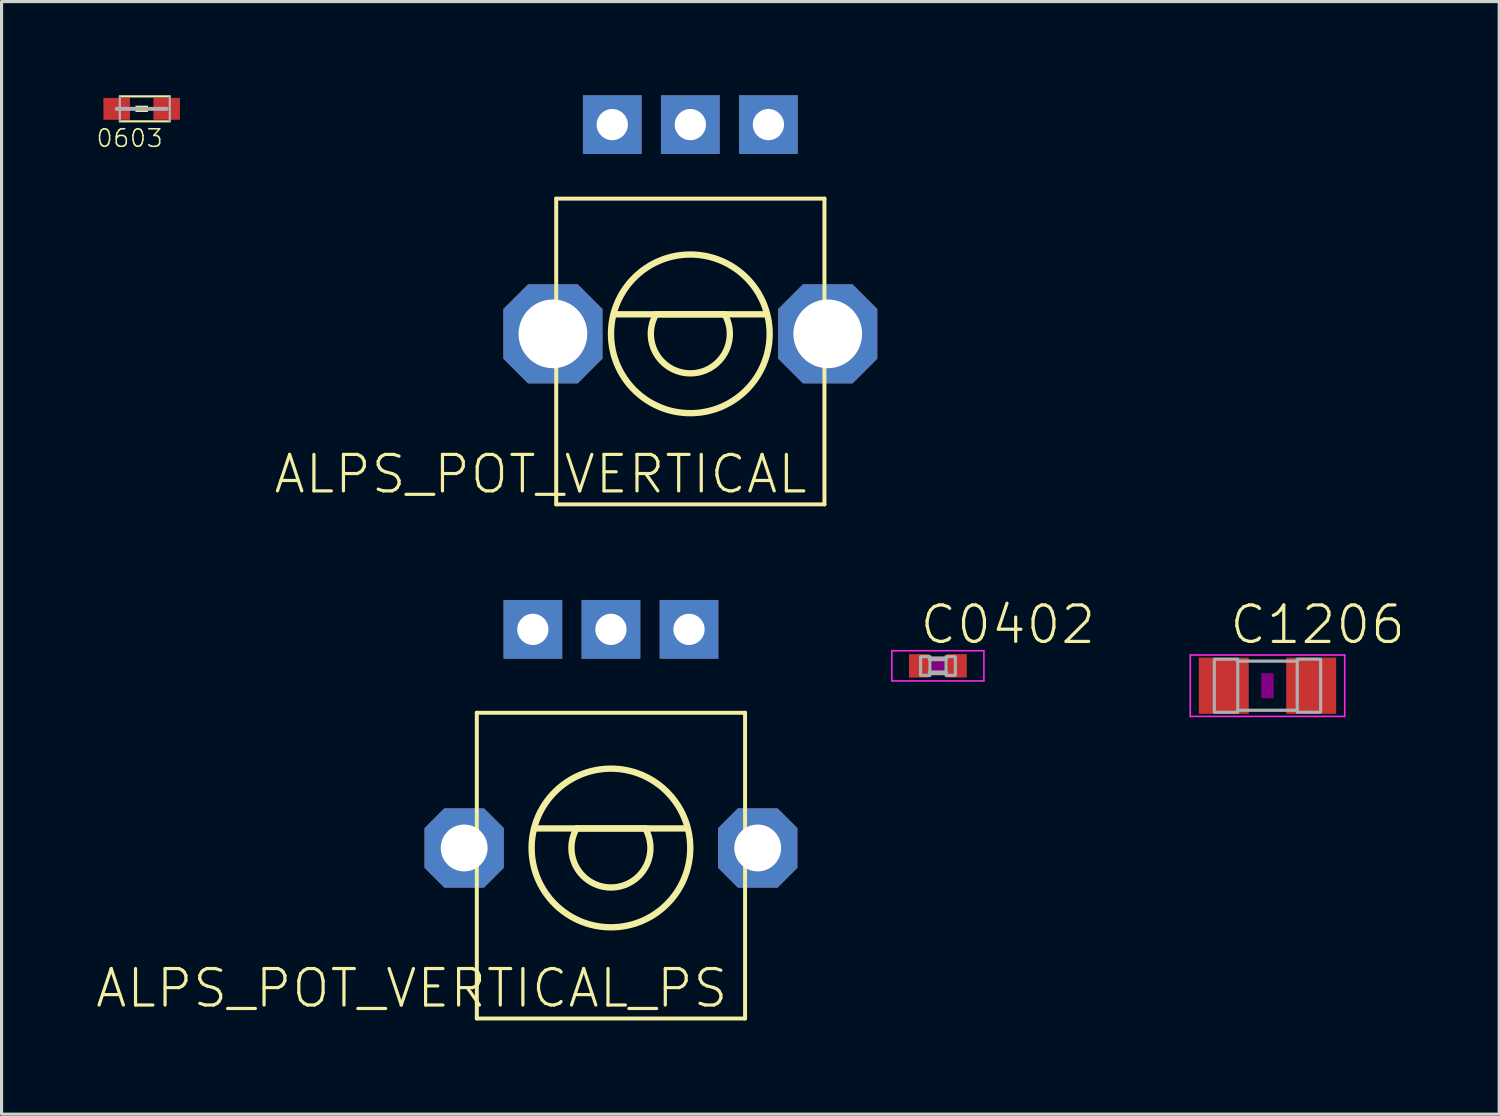
<source format=kicad_pcb>
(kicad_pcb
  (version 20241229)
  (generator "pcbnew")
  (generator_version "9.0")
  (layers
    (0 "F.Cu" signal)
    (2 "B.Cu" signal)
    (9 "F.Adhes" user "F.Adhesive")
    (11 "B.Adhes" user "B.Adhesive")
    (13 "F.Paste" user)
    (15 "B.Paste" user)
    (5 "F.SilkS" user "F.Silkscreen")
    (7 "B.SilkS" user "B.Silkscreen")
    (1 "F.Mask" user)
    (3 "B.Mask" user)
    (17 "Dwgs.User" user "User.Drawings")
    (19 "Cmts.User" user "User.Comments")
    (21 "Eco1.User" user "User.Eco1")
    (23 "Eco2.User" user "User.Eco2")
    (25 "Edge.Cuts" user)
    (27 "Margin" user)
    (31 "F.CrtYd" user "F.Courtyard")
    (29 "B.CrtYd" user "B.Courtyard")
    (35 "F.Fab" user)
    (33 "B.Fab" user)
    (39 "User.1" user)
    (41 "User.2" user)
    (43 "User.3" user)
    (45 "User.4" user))
  (footprint "ALPS_POT_VERTICAL"
    (layer "F.Cu")
    (at 19.055 7.64)
    (property "Reference" "ALPS_POT_VERTICAL" (at 3.81 3.81 0) (layer "F.SilkS") (effects (font (size 1.168 1.168) (thickness 0.102)) (justify right top)))
    (fp_line (start -4.295 -4.33) (end 4.295 -4.33) (stroke (width 0.127) (type solid)) (layer "F.SilkS"))
    (fp_line (start -4.295 5.46) (end -4.295 -4.33) (stroke (width 0.127) (type solid)) (layer "F.SilkS"))
    (fp_line (start -2.45 -0.625) (end 2.425 -0.625) (stroke (width 0.203) (type solid)) (layer "F.SilkS"))
    (fp_line (start -1.1 -0.625) (end 1.1 -0.625) (stroke (width 0.203) (type solid)) (layer "F.SilkS"))
    (fp_line (start 4.295 -4.33) (end 4.295 5.46) (stroke (width 0.127) (type solid)) (layer "F.SilkS"))
    (fp_line (start 4.295 5.46) (end -4.295 5.46) (stroke (width 0.127) (type solid)) (layer "F.SilkS"))
    (fp_arc (start 1.1 -0.625) (mid 0 1.265158) (end -1.1 -0.625) (stroke (width 0.2032) (type solid)) (layer "F.SilkS"))
    (fp_circle (center 0 0) (end 2.54 0) (stroke (width 0.203) (type solid)) (fill no) (layer "F.SilkS"))
    (pad "P$1" thru_hole rect (at -2.5 -6.7 270) (size 1.88 1.88) (drill 1) (layers "*.Cu" "*.Mask"))
    (pad "P$2" thru_hole rect (at 0 -6.7 270) (size 1.88 1.88) (drill 1) (layers "*.Cu" "*.Mask"))
    (pad "P$3" thru_hole rect (at 2.5 -6.7 270) (size 1.88 1.88) (drill 1) (layers "*.Cu" "*.Mask"))
    (pad "P$4" thru_hole roundrect (at -4.4 0 270) (size 3.175 3.175) (drill 2.2) (layers "*.Cu" "*.Mask") (roundrect_rratio 0.25) (chamfer_ratio 0.25) (chamfer top_left top_right bottom_left bottom_right))
    (pad "P$5" thru_hole roundrect (at 4.4 0 270) (size 3.175 3.175) (drill 2.2) (layers "*.Cu" "*.Mask") (roundrect_rratio 0.25) (chamfer_ratio 0.25) (chamfer top_left top_right bottom_left bottom_right)))
  (footprint "C1206"
    (layer "F.Cu")
    (at 37.536 18.907)
    (property "Reference" "C1206" (at -1.27 -1.27 0) (layer "F.SilkS") (effects (font (size 1.168 1.168) (thickness 0.102)) (justify left bottom)))
    (fp_poly (pts (xy -0.2 0.4) (xy 0.2 0.4) (xy 0.2 -0.4) (xy -0.2 -0.4)) (stroke (width 0) (type solid)) (fill yes) (layer "F.Adhes"))
    (fp_line (start -2.473 -0.983) (end 2.473 -0.983) (stroke (width 0.051) (type solid)) (layer "F.CrtYd"))
    (fp_line (start -2.473 0.983) (end -2.473 -0.983) (stroke (width 0.051) (type solid)) (layer "F.CrtYd"))
    (fp_line (start 2.473 -0.983) (end 2.473 0.983) (stroke (width 0.051) (type solid)) (layer "F.CrtYd"))
    (fp_line (start 2.473 0.983) (end -2.473 0.983) (stroke (width 0.051) (type solid)) (layer "F.CrtYd"))
    (fp_line (start -0.965 -0.787) (end 0.965 -0.787) (stroke (width 0.102) (type solid)) (layer "F.Fab"))
    (fp_line (start -0.965 0.787) (end 0.965 0.787) (stroke (width 0.102) (type solid)) (layer "F.Fab"))
    (fp_poly (pts (xy -1.702 0.851) (xy -0.952 0.851) (xy -0.952 -0.849) (xy -1.702 -0.849)) (stroke (width 0.1) (type solid)) (fill no) (layer "F.Fab"))
    (fp_poly (pts (xy 0.952 0.849) (xy 1.702 0.849) (xy 1.702 -0.851) (xy 0.952 -0.851)) (stroke (width 0.1) (type solid)) (fill no) (layer "F.Fab"))
    (pad "1" smd rect (at -1.4 0) (size 1.6 1.8) (layers "F.Cu" "F.Mask" "F.Paste"))
    (pad "2" smd rect (at 1.4 0) (size 1.6 1.8) (layers "F.Cu" "F.Mask" "F.Paste")))
  (footprint "ALPS_POT_VERTICAL_PS"
    (layer "F.Cu")
    (at 16.513 24.103)
    (property "Reference" "ALPS_POT_VERTICAL_PS" (at 3.81 3.81 0) (layer "F.SilkS") (effects (font (size 1.168 1.168) (thickness 0.102)) (justify right top)))
    (fp_line (start -4.295 -4.33) (end 4.295 -4.33) (stroke (width 0.127) (type solid)) (layer "F.SilkS"))
    (fp_line (start -4.295 5.46) (end -4.295 -4.33) (stroke (width 0.127) (type solid)) (layer "F.SilkS"))
    (fp_line (start -2.45 -0.625) (end 2.425 -0.625) (stroke (width 0.203) (type solid)) (layer "F.SilkS"))
    (fp_line (start -1.1 -0.625) (end 1.1 -0.625) (stroke (width 0.203) (type solid)) (layer "F.SilkS"))
    (fp_line (start 4.295 -4.33) (end 4.295 5.46) (stroke (width 0.127) (type solid)) (layer "F.SilkS"))
    (fp_line (start 4.295 5.46) (end -4.295 5.46) (stroke (width 0.127) (type solid)) (layer "F.SilkS"))
    (fp_arc (start 1.1 -0.625) (mid 0 1.265158) (end -1.1 -0.625) (stroke (width 0.2032) (type solid)) (layer "F.SilkS"))
    (fp_circle (center 0 0) (end 2.54 0) (stroke (width 0.203) (type solid)) (fill no) (layer "F.SilkS"))
    (pad "P$1" thru_hole rect (at -2.5 -7 270) (size 1.88 1.88) (drill 1) (layers "*.Cu" "*.Mask"))
    (pad "P$2" thru_hole rect (at 0 -7 270) (size 1.88 1.88) (drill 1) (layers "*.Cu" "*.Mask"))
    (pad "P$3" thru_hole rect (at 2.5 -7 270) (size 1.88 1.88) (drill 1) (layers "*.Cu" "*.Mask"))
    (pad "P$4" thru_hole roundrect (at -4.7 0 270) (size 2.54 2.54) (drill 1.5) (layers "*.Cu" "*.Mask") (roundrect_rratio 0.25) (chamfer_ratio 0.25) (chamfer top_left top_right bottom_left bottom_right))
    (pad "P$5" thru_hole roundrect (at 4.7 0 270) (size 2.54 2.54) (drill 1.5) (layers "*.Cu" "*.Mask") (roundrect_rratio 0.25) (chamfer_ratio 0.25) (chamfer top_left top_right bottom_left bottom_right)))
  (footprint "0603"
    (layer "F.Cu")
    (at 1.587 0.435)
    (property "Reference" "0603" (at -1.587 1.27 0) (layer "F.SilkS") (effects (font (size 0.561 0.561) (thickness 0.049)) (justify left bottom)))
    (fp_line (start -0.8 -0.4) (end 0.8 -0.4) (stroke (width 0.07) (type solid)) (layer "F.SilkS"))
    (fp_line (start 0.8 0.4) (end -0.8 0.4) (stroke (width 0.07) (type solid)) (layer "F.SilkS"))
    (fp_poly (pts (xy -0.3 0.1) (xy 0.1 0.1) (xy 0.1 -0.1) (xy -0.3 -0.1)) (stroke (width 0) (type solid)) (fill yes) (layer "F.SilkS"))
    (fp_line (start -0.9 0) (end 0.7 0) (stroke (width 0.127) (type solid)) (layer "F.Fab"))
    (fp_line (start -0.8 0.4) (end -0.8 -0.4) (stroke (width 0.07) (type solid)) (layer "F.Fab"))
    (fp_line (start 0.8 -0.4) (end 0.8 0.4) (stroke (width 0.07) (type solid)) (layer "F.Fab"))
    (pad "1" smd rect (at -0.9 0) (size 0.85 0.7) (layers "F.Cu" "F.Mask" "F.Paste"))
    (pad "2" smd rect (at 0.7 0) (size 0.85 0.7) (layers "F.Cu" "F.Mask" "F.Paste")))
  (footprint "C0402"
    (layer "F.Cu")
    (at 26.982 18.271)
    (property "Reference" "C0402" (at -0.635 -0.635 0) (layer "F.SilkS") (effects (font (size 1.168 1.168) (thickness 0.102)) (justify left bottom)))
    (fp_poly (pts (xy -0.2 0.3) (xy 0.2 0.3) (xy 0.2 -0.3) (xy -0.2 -0.3)) (stroke (width 0) (type solid)) (fill yes) (layer "F.Adhes"))
    (fp_line (start -1.473 -0.483) (end 1.473 -0.483) (stroke (width 0.051) (type solid)) (layer "F.CrtYd"))
    (fp_line (start -1.473 0.483) (end -1.473 -0.483) (stroke (width 0.051) (type solid)) (layer "F.CrtYd"))
    (fp_line (start 1.473 -0.483) (end 1.473 0.483) (stroke (width 0.051) (type solid)) (layer "F.CrtYd"))
    (fp_line (start 1.473 0.483) (end -1.473 0.483) (stroke (width 0.051) (type solid)) (layer "F.CrtYd"))
    (fp_line (start -0.245 -0.224) (end 0.245 -0.224) (stroke (width 0.152) (type solid)) (layer "F.Fab"))
    (fp_line (start 0.245 0.224) (end -0.245 0.224) (stroke (width 0.152) (type solid)) (layer "F.Fab"))
    (fp_poly (pts (xy -0.554 0.305) (xy -0.254 0.305) (xy -0.254 -0.295) (xy -0.554 -0.295)) (stroke (width 0.1) (type solid)) (fill no) (layer "F.Fab"))
    (fp_poly (pts (xy 0.259 0.305) (xy 0.559 0.305) (xy 0.559 -0.295) (xy 0.259 -0.295)) (stroke (width 0.1) (type solid)) (fill no) (layer "F.Fab"))
    (pad "1" smd rect (at -0.6 0) (size 0.65 0.75) (layers "F.Cu" "F.Mask" "F.Paste"))
    (pad "2" smd rect (at 0.6 0) (size 0.65 0.75) (layers "F.Cu" "F.Mask" "F.Paste")))
  (gr_rect
    (start -3 -3)
    (end 44.956 32.627)
    (stroke (width 0.1) (type default))
    (fill no)
    (layer "Edge.Cuts")))
</source>
